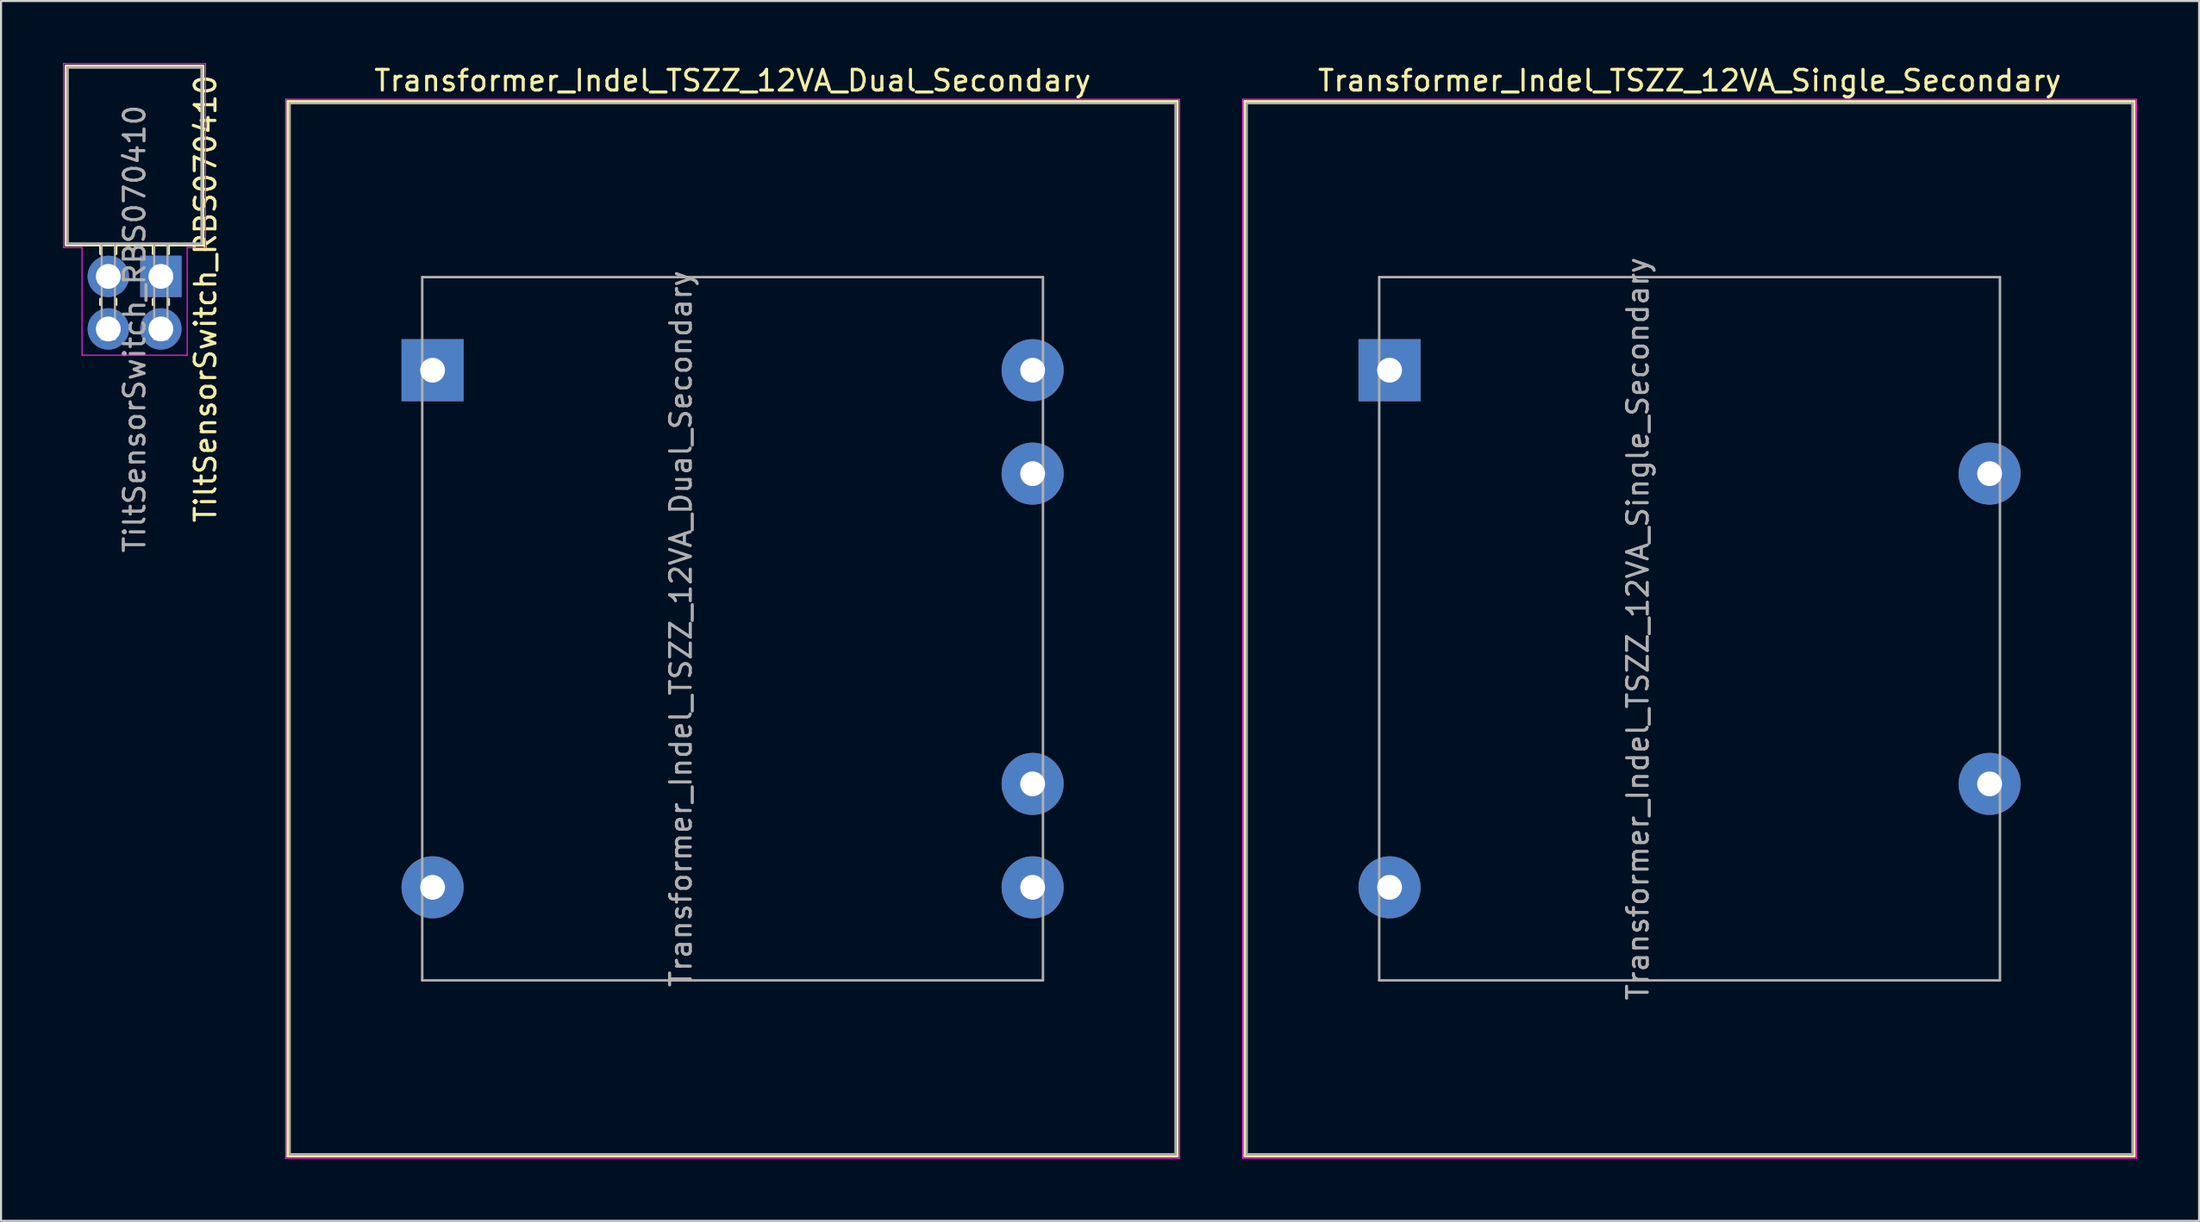
<source format=kicad_pcb>
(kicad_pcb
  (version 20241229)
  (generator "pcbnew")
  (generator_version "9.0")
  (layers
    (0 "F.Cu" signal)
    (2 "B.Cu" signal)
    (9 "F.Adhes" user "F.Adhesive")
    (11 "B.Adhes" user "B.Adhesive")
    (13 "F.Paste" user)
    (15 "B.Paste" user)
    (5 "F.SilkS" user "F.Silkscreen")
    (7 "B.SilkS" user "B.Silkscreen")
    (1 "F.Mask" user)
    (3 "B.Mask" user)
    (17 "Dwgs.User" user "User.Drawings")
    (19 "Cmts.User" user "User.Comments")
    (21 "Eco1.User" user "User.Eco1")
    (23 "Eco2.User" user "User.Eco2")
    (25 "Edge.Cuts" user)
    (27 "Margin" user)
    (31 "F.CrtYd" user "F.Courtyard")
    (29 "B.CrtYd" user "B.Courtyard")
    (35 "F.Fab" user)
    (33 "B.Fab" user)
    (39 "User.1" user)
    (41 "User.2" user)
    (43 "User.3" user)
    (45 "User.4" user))
  (footprint "Transformer_Indel_TSZZ_12VA_Single_Secondary"
    (layer "F.Cu")
    (at 64.106 39.848)
    (property "Reference" "Transformer_Indel_TSZZ_12VA_Single_Secondary" (at 14.5 -39 0) (layer "F.SilkS") (effects (font (size 1 1) (thickness 0.15))))
    (attr through_hole)
    (fp_line (start -7 -38) (end -7 13) (stroke (width 0.12) (type solid)) (layer "F.SilkS"))
    (fp_line (start -7 -38) (end 36 -38) (stroke (width 0.12) (type solid)) (layer "F.SilkS"))
    (fp_line (start 36 13) (end -7 13) (stroke (width 0.12) (type solid)) (layer "F.SilkS"))
    (fp_line (start 36 13) (end 36 -38) (stroke (width 0.12) (type solid)) (layer "F.SilkS"))
    (fp_line (start -7.1 -38.1) (end -7.1 13.1) (stroke (width 0.05) (type solid)) (layer "F.CrtYd"))
    (fp_line (start -7.1 -38.1) (end 36.1 -38.1) (stroke (width 0.05) (type solid)) (layer "F.CrtYd"))
    (fp_line (start 36.1 13.1) (end -7.1 13.1) (stroke (width 0.05) (type solid)) (layer "F.CrtYd"))
    (fp_line (start 36.1 13.1) (end 36.1 -38.1) (stroke (width 0.05) (type solid)) (layer "F.CrtYd"))
    (fp_line (start -6.9 -37.9) (end 35.9 -37.9) (stroke (width 0.1) (type solid)) (layer "F.Fab"))
    (fp_line (start -6.9 12.9) (end -6.9 -37.9) (stroke (width 0.1) (type solid)) (layer "F.Fab"))
    (fp_line (start -0.5 -29.5) (end -0.5 4.5) (stroke (width 0.12) (type solid)) (layer "F.Fab"))
    (fp_line (start -0.5 4.5) (end 29.5 4.5) (stroke (width 0.12) (type solid)) (layer "F.Fab"))
    (fp_line (start 29.5 -29.5) (end -0.5 -29.5) (stroke (width 0.12) (type solid)) (layer "F.Fab"))
    (fp_line (start 29.5 4.5) (end 29.5 -29.5) (stroke (width 0.12) (type solid)) (layer "F.Fab"))
    (fp_line (start 35.9 -37.9) (end 35.9 12.9) (stroke (width 0.1) (type solid)) (layer "F.Fab"))
    (fp_line (start 35.9 12.9) (end -6.9 12.9) (stroke (width 0.1) (type solid)) (layer "F.Fab"))
    (fp_text user "${REFERENCE}" (at 12 -12.5 90) (layer "F.Fab") (effects (font (size 1 1) (thickness 0.15))))
    (pad "1" thru_hole rect (at 0 -25 180) (size 3 3) (drill 1.2) (layers "*.Cu" "*.Mask"))
    (pad "6" thru_hole circle (at 0 0 180) (size 3 3) (drill 1.2) (layers "*.Cu" "*.Mask"))
    (pad "8" thru_hole circle (at 29 -5 180) (size 3 3) (drill 1.2) (layers "*.Cu" "*.Mask"))
    (pad "11" thru_hole circle (at 29 -20 180) (size 3 3) (drill 1.2) (layers "*.Cu" "*.Mask")))
  (footprint "TiltSensorSwitch_RBS070410"
    (layer "F.Cu")
    (at 2.184 10.312)
    (property "Reference" "TiltSensorSwitch_RBS070410" (at 4.699 1.079 90) (layer "F.SilkS") (effects (font (size 1 1) (thickness 0.15))))
    (attr through_hole)
    (fp_line (start -2.032 -10.16) (end 4.572 -10.16) (stroke (width 0.15) (type solid)) (layer "F.SilkS"))
    (fp_line (start -2.032 -1.524) (end -2.032 -10.16) (stroke (width 0.15) (type solid)) (layer "F.SilkS"))
    (fp_line (start -0.381 -1.092) (end -0.38 -1.44) (stroke (width 0.12) (type solid)) (layer "F.SilkS"))
    (fp_line (start -0.381 1.372) (end -0.38 1.092) (stroke (width 0.12) (type solid)) (layer "F.SilkS"))
    (fp_line (start 0 -1.524) (end -2.032 -1.524) (stroke (width 0.15) (type solid)) (layer "F.SilkS"))
    (fp_line (start 0.381 -1.092) (end 0.38 -1.44) (stroke (width 0.12) (type solid)) (layer "F.SilkS"))
    (fp_line (start 0.381 1.372) (end 0.381 1.092) (stroke (width 0.12) (type solid)) (layer "F.SilkS"))
    (fp_line (start 2.159 -1.092) (end 2.16 -1.44) (stroke (width 0.12) (type solid)) (layer "F.SilkS"))
    (fp_line (start 2.159 1.372) (end 2.16 1.092) (stroke (width 0.12) (type solid)) (layer "F.SilkS"))
    (fp_line (start 2.921 -1.092) (end 2.92 -1.44) (stroke (width 0.12) (type solid)) (layer "F.SilkS"))
    (fp_line (start 2.921 1.372) (end 2.921 1.092) (stroke (width 0.12) (type solid)) (layer "F.SilkS"))
    (fp_line (start 4.572 -10.16) (end 4.572 -1.524) (stroke (width 0.15) (type solid)) (layer "F.SilkS"))
    (fp_line (start 4.572 -1.524) (end 0 -1.524) (stroke (width 0.15) (type solid)) (layer "F.SilkS"))
    (fp_line (start -2.159 -10.287) (end 4.699 -10.287) (stroke (width 0.05) (type solid)) (layer "F.CrtYd"))
    (fp_line (start -2.159 -1.397) (end -2.159 -10.287) (stroke (width 0.05) (type solid)) (layer "F.CrtYd"))
    (fp_line (start -1.27 -1.397) (end -2.159 -1.397) (stroke (width 0.05) (type solid)) (layer "F.CrtYd"))
    (fp_line (start -1.27 3.81) (end -1.27 -1.397) (stroke (width 0.05) (type solid)) (layer "F.CrtYd"))
    (fp_line (start -1.27 3.81) (end 1.27 3.81) (stroke (width 0.05) (type solid)) (layer "F.CrtYd"))
    (fp_line (start 1.27 3.81) (end 3.81 3.81) (stroke (width 0.05) (type solid)) (layer "F.CrtYd"))
    (fp_line (start 3.81 3.81) (end 3.81 -1.397) (stroke (width 0.05) (type solid)) (layer "F.CrtYd"))
    (fp_line (start 4.699 -10.287) (end 4.699 -1.397) (stroke (width 0.05) (type solid)) (layer "F.CrtYd"))
    (fp_line (start 4.699 -1.397) (end 3.81 -1.397) (stroke (width 0.05) (type solid)) (layer "F.CrtYd"))
    (fp_line (start -1.968 -10.097) (end -1.968 -1.587) (stroke (width 0.12) (type solid)) (layer "F.Fab"))
    (fp_line (start -1.968 -1.587) (end 4.508 -1.587) (stroke (width 0.12) (type solid)) (layer "F.Fab"))
    (fp_line (start -0.318 3.048) (end -0.32 -1.5) (stroke (width 0.1) (type solid)) (layer "F.Fab"))
    (fp_line (start -0.318 3.048) (end 0.323 3.048) (stroke (width 0.1) (type solid)) (layer "F.Fab"))
    (fp_line (start 0.323 3.048) (end 0.32 -1.5) (stroke (width 0.1) (type solid)) (layer "F.Fab"))
    (fp_line (start 2.22 3.048) (end 2.22 -1.5) (stroke (width 0.1) (type solid)) (layer "F.Fab"))
    (fp_line (start 2.22 3.048) (end 2.86 3.048) (stroke (width 0.1) (type solid)) (layer "F.Fab"))
    (fp_line (start 2.86 3.048) (end 2.86 -1.5) (stroke (width 0.1) (type solid)) (layer "F.Fab"))
    (fp_line (start 4.508 -10.097) (end -1.968 -10.097) (stroke (width 0.12) (type solid)) (layer "F.Fab"))
    (fp_line (start 4.508 -1.587) (end 4.508 -10.097) (stroke (width 0.12) (type solid)) (layer "F.Fab"))
    (fp_text user "${REFERENCE}" (at 1.27 2.54 90) (layer "F.Fab") (effects (font (size 1 1) (thickness 0.15))))
    (pad "1" thru_hole rect (at 2.54 0) (size 2 2) (drill 1.2) (layers "*.Cu" "*.Mask"))
    (pad "2" thru_hole circle (at 2.54 2.54) (size 2 2) (drill 1.2) (layers "*.Cu" "*.Mask"))
    (pad "3" thru_hole circle (at 0 2.54) (size 2 2) (drill 1.2) (layers "*.Cu" "*.Mask"))
    (pad "4" thru_hole circle (at 0 0) (size 2 2) (drill 1.2) (layers "*.Cu" "*.Mask")))
  (footprint "Transformer_Indel_TSZZ_12VA_Dual_Secondary"
    (layer "F.Cu")
    (at 17.856 39.848)
    (property "Reference" "Transformer_Indel_TSZZ_12VA_Dual_Secondary" (at 14.5 -39 0) (layer "F.SilkS") (effects (font (size 1 1) (thickness 0.15))))
    (attr through_hole)
    (fp_line (start -7 -38) (end -7 13) (stroke (width 0.12) (type solid)) (layer "F.SilkS"))
    (fp_line (start -7 -38) (end 36 -38) (stroke (width 0.12) (type solid)) (layer "F.SilkS"))
    (fp_line (start 36 13) (end -7 13) (stroke (width 0.12) (type solid)) (layer "F.SilkS"))
    (fp_line (start 36 13) (end 36 -38) (stroke (width 0.12) (type solid)) (layer "F.SilkS"))
    (fp_line (start -7.1 -38.1) (end -7.1 13.1) (stroke (width 0.05) (type solid)) (layer "F.CrtYd"))
    (fp_line (start -7.1 -38.1) (end 36.1 -38.1) (stroke (width 0.05) (type solid)) (layer "F.CrtYd"))
    (fp_line (start 36.1 13.1) (end -7.1 13.1) (stroke (width 0.05) (type solid)) (layer "F.CrtYd"))
    (fp_line (start 36.1 13.1) (end 36.1 -38.1) (stroke (width 0.05) (type solid)) (layer "F.CrtYd"))
    (fp_line (start -6.9 -37.9) (end 35.9 -37.9) (stroke (width 0.1) (type solid)) (layer "F.Fab"))
    (fp_line (start -6.9 12.9) (end -6.9 -37.9) (stroke (width 0.1) (type solid)) (layer "F.Fab"))
    (fp_line (start -0.5 -29.5) (end -0.5 4.5) (stroke (width 0.12) (type solid)) (layer "F.Fab"))
    (fp_line (start -0.5 4.5) (end 29.5 4.5) (stroke (width 0.12) (type solid)) (layer "F.Fab"))
    (fp_line (start 29.5 -29.5) (end -0.5 -29.5) (stroke (width 0.12) (type solid)) (layer "F.Fab"))
    (fp_line (start 29.5 4.5) (end 29.5 -29.5) (stroke (width 0.12) (type solid)) (layer "F.Fab"))
    (fp_line (start 35.9 -37.9) (end 35.9 12.9) (stroke (width 0.1) (type solid)) (layer "F.Fab"))
    (fp_line (start 35.9 12.9) (end -6.9 12.9) (stroke (width 0.1) (type solid)) (layer "F.Fab"))
    (fp_text user "${REFERENCE}" (at 12 -12.5 90) (layer "F.Fab") (effects (font (size 1 1) (thickness 0.15))))
    (pad "1" thru_hole rect (at 0 -25 180) (size 3 3) (drill 1.2) (layers "*.Cu" "*.Mask"))
    (pad "6" thru_hole circle (at 0 0 180) (size 3 3) (drill 1.2) (layers "*.Cu" "*.Mask"))
    (pad "7" thru_hole circle (at 29 0 180) (size 3 3) (drill 1.2) (layers "*.Cu" "*.Mask"))
    (pad "8" thru_hole circle (at 29 -5 180) (size 3 3) (drill 1.2) (layers "*.Cu" "*.Mask"))
    (pad "11" thru_hole circle (at 29 -20 180) (size 3 3) (drill 1.2) (layers "*.Cu" "*.Mask"))
    (pad "12" thru_hole circle (at 29 -25 180) (size 3 3) (drill 1.2) (layers "*.Cu" "*.Mask")))
  (gr_rect
    (start -3 -3)
    (end 103.231 55.973)
    (stroke (width 0.1) (type default))
    (fill no)
    (layer "Edge.Cuts")))
</source>
